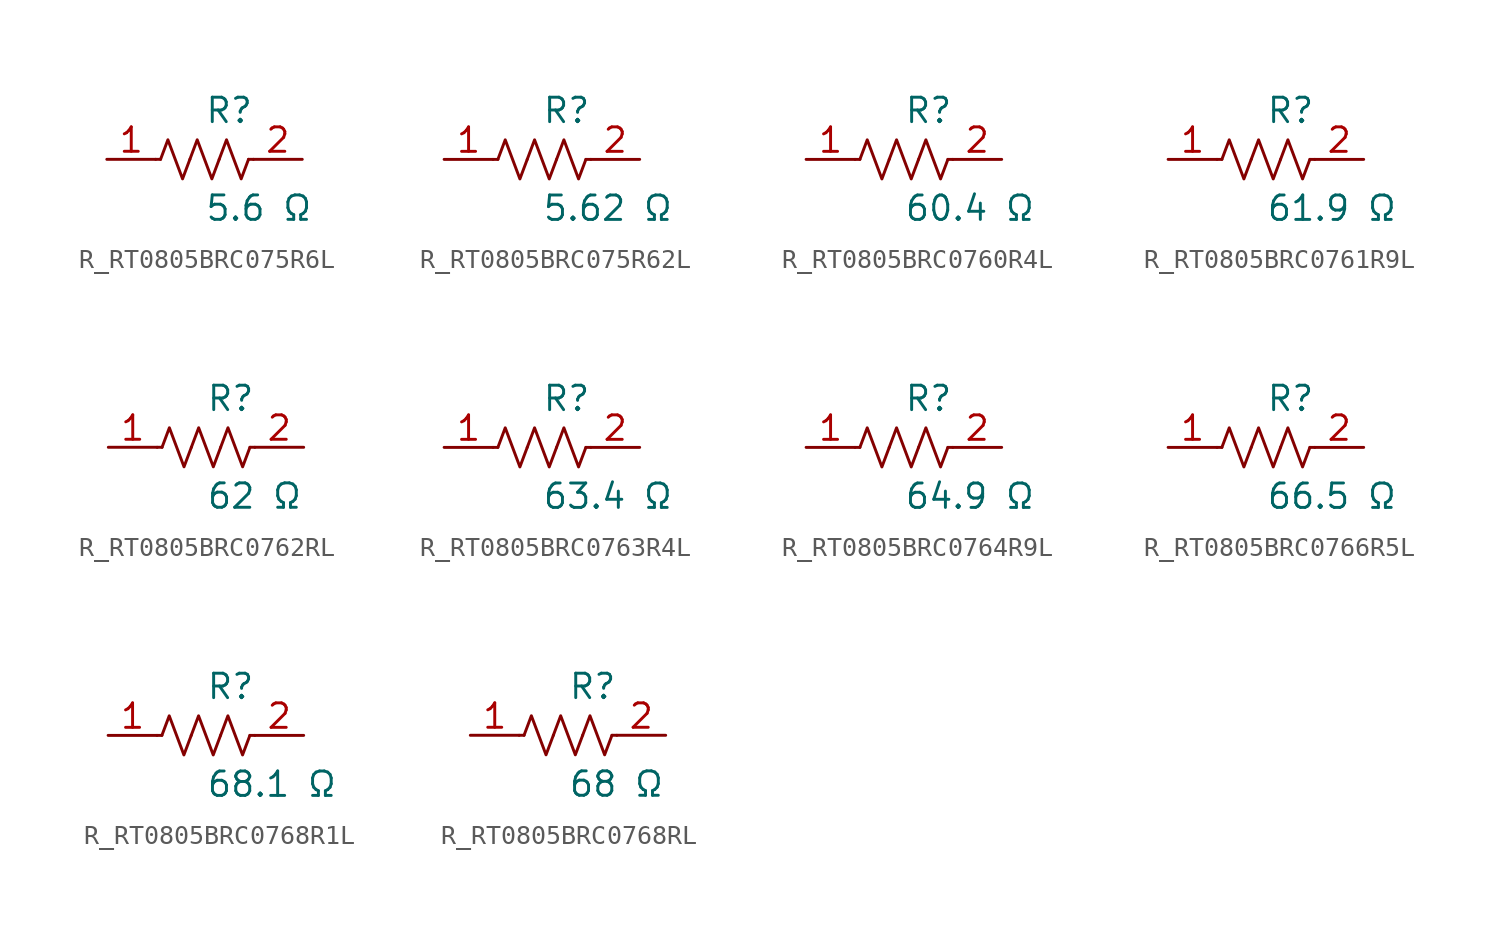
<source format=kicad_sym>
(kicad_symbol_lib
  (version 20231120)
  (generator kicad_symbol_editor)
  (generator_version 8.0)
  (symbol "R_RT0805BRC075R6L"
    (pin_names
      (offset 0.254))
    (property "Reference" "R"
      (at 0.0 2.54 0)
      (effects (font (size 1.27 1.27)) (justify left)))
    (property "Value" "5.6 Ω"
      (at 0.0 -2.54 0)
      (effects (font (size 1.27 1.27)) (justify left)))
    (symbol "R_RT0805BRC075R6L_0_1"
      (polyline (pts (xy 2.286 0) (xy 2.54 0)) (stroke (width 0) (type default)) (fill (type none)))
      (polyline (pts (xy -2.286 0) (xy -2.54 0)) (stroke (width 0) (type default)) (fill (type none)))
      (polyline (pts (xy 0.762 0) (xy 1.143 1.016) (xy 1.524 0) (xy 1.905 -1.016) (xy 2.286 0)) (stroke (width 0) (type default)) (fill (type none)))
      (polyline (pts (xy -0.762 0) (xy -0.381 1.016) (xy 0 0) (xy 0.381 -1.016) (xy 0.762 0)) (stroke (width 0) (type default)) (fill (type none)))
      (polyline (pts (xy -2.286 0) (xy -1.905 1.016) (xy -1.524 0) (xy -1.143 -1.016) (xy -0.762 0)) (stroke (width 0) (type default)) (fill (type none))))
    (pin unspecified line
      (at -5.08 0 0)
      (length 2.54)
      (name "" (effects (font (size 1.27 1.27))))
      (number "1" (effects (font (size 1.27 1.27)))))
    (pin unspecified line
      (at 5.08 0 180)
      (length 2.54)
      (name "" (effects (font (size 1.27 1.27))))
      (number "2" (effects (font (size 1.27 1.27))))))
  (symbol "R_RT0805BRC075R62L"
    (pin_names
      (offset 0.254))
    (property "Reference" "R"
      (at 0.0 2.54 0)
      (effects (font (size 1.27 1.27)) (justify left)))
    (property "Value" "5.62 Ω"
      (at 0.0 -2.54 0)
      (effects (font (size 1.27 1.27)) (justify left)))
    (symbol "R_RT0805BRC075R62L_0_1"
      (polyline (pts (xy 2.286 0) (xy 2.54 0)) (stroke (width 0) (type default)) (fill (type none)))
      (polyline (pts (xy -2.286 0) (xy -2.54 0)) (stroke (width 0) (type default)) (fill (type none)))
      (polyline (pts (xy 0.762 0) (xy 1.143 1.016) (xy 1.524 0) (xy 1.905 -1.016) (xy 2.286 0)) (stroke (width 0) (type default)) (fill (type none)))
      (polyline (pts (xy -0.762 0) (xy -0.381 1.016) (xy 0 0) (xy 0.381 -1.016) (xy 0.762 0)) (stroke (width 0) (type default)) (fill (type none)))
      (polyline (pts (xy -2.286 0) (xy -1.905 1.016) (xy -1.524 0) (xy -1.143 -1.016) (xy -0.762 0)) (stroke (width 0) (type default)) (fill (type none))))
    (pin unspecified line
      (at -5.08 0 0)
      (length 2.54)
      (name "" (effects (font (size 1.27 1.27))))
      (number "1" (effects (font (size 1.27 1.27)))))
    (pin unspecified line
      (at 5.08 0 180)
      (length 2.54)
      (name "" (effects (font (size 1.27 1.27))))
      (number "2" (effects (font (size 1.27 1.27))))))
  (symbol "R_RT0805BRC0760R4L"
    (pin_names
      (offset 0.254))
    (property "Reference" "R"
      (at 0.0 2.54 0)
      (effects (font (size 1.27 1.27)) (justify left)))
    (property "Value" "60.4 Ω"
      (at 0.0 -2.54 0)
      (effects (font (size 1.27 1.27)) (justify left)))
    (symbol "R_RT0805BRC0760R4L_0_1"
      (polyline (pts (xy 2.286 0) (xy 2.54 0)) (stroke (width 0) (type default)) (fill (type none)))
      (polyline (pts (xy -2.286 0) (xy -2.54 0)) (stroke (width 0) (type default)) (fill (type none)))
      (polyline (pts (xy 0.762 0) (xy 1.143 1.016) (xy 1.524 0) (xy 1.905 -1.016) (xy 2.286 0)) (stroke (width 0) (type default)) (fill (type none)))
      (polyline (pts (xy -0.762 0) (xy -0.381 1.016) (xy 0 0) (xy 0.381 -1.016) (xy 0.762 0)) (stroke (width 0) (type default)) (fill (type none)))
      (polyline (pts (xy -2.286 0) (xy -1.905 1.016) (xy -1.524 0) (xy -1.143 -1.016) (xy -0.762 0)) (stroke (width 0) (type default)) (fill (type none))))
    (pin unspecified line
      (at -5.08 0 0)
      (length 2.54)
      (name "" (effects (font (size 1.27 1.27))))
      (number "1" (effects (font (size 1.27 1.27)))))
    (pin unspecified line
      (at 5.08 0 180)
      (length 2.54)
      (name "" (effects (font (size 1.27 1.27))))
      (number "2" (effects (font (size 1.27 1.27))))))
  (symbol "R_RT0805BRC0761R9L"
    (pin_names
      (offset 0.254))
    (property "Reference" "R"
      (at 0.0 2.54 0)
      (effects (font (size 1.27 1.27)) (justify left)))
    (property "Value" "61.9 Ω"
      (at 0.0 -2.54 0)
      (effects (font (size 1.27 1.27)) (justify left)))
    (symbol "R_RT0805BRC0761R9L_0_1"
      (polyline (pts (xy 2.286 0) (xy 2.54 0)) (stroke (width 0) (type default)) (fill (type none)))
      (polyline (pts (xy -2.286 0) (xy -2.54 0)) (stroke (width 0) (type default)) (fill (type none)))
      (polyline (pts (xy 0.762 0) (xy 1.143 1.016) (xy 1.524 0) (xy 1.905 -1.016) (xy 2.286 0)) (stroke (width 0) (type default)) (fill (type none)))
      (polyline (pts (xy -0.762 0) (xy -0.381 1.016) (xy 0 0) (xy 0.381 -1.016) (xy 0.762 0)) (stroke (width 0) (type default)) (fill (type none)))
      (polyline (pts (xy -2.286 0) (xy -1.905 1.016) (xy -1.524 0) (xy -1.143 -1.016) (xy -0.762 0)) (stroke (width 0) (type default)) (fill (type none))))
    (pin unspecified line
      (at -5.08 0 0)
      (length 2.54)
      (name "" (effects (font (size 1.27 1.27))))
      (number "1" (effects (font (size 1.27 1.27)))))
    (pin unspecified line
      (at 5.08 0 180)
      (length 2.54)
      (name "" (effects (font (size 1.27 1.27))))
      (number "2" (effects (font (size 1.27 1.27))))))
  (symbol "R_RT0805BRC0762RL"
    (pin_names
      (offset 0.254))
    (property "Reference" "R"
      (at 0.0 2.54 0)
      (effects (font (size 1.27 1.27)) (justify left)))
    (property "Value" "62 Ω"
      (at 0.0 -2.54 0)
      (effects (font (size 1.27 1.27)) (justify left)))
    (symbol "R_RT0805BRC0762RL_0_1"
      (polyline (pts (xy 2.286 0) (xy 2.54 0)) (stroke (width 0) (type default)) (fill (type none)))
      (polyline (pts (xy -2.286 0) (xy -2.54 0)) (stroke (width 0) (type default)) (fill (type none)))
      (polyline (pts (xy 0.762 0) (xy 1.143 1.016) (xy 1.524 0) (xy 1.905 -1.016) (xy 2.286 0)) (stroke (width 0) (type default)) (fill (type none)))
      (polyline (pts (xy -0.762 0) (xy -0.381 1.016) (xy 0 0) (xy 0.381 -1.016) (xy 0.762 0)) (stroke (width 0) (type default)) (fill (type none)))
      (polyline (pts (xy -2.286 0) (xy -1.905 1.016) (xy -1.524 0) (xy -1.143 -1.016) (xy -0.762 0)) (stroke (width 0) (type default)) (fill (type none))))
    (pin unspecified line
      (at -5.08 0 0)
      (length 2.54)
      (name "" (effects (font (size 1.27 1.27))))
      (number "1" (effects (font (size 1.27 1.27)))))
    (pin unspecified line
      (at 5.08 0 180)
      (length 2.54)
      (name "" (effects (font (size 1.27 1.27))))
      (number "2" (effects (font (size 1.27 1.27))))))
  (symbol "R_RT0805BRC0763R4L"
    (pin_names
      (offset 0.254))
    (property "Reference" "R"
      (at 0.0 2.54 0)
      (effects (font (size 1.27 1.27)) (justify left)))
    (property "Value" "63.4 Ω"
      (at 0.0 -2.54 0)
      (effects (font (size 1.27 1.27)) (justify left)))
    (symbol "R_RT0805BRC0763R4L_0_1"
      (polyline (pts (xy 2.286 0) (xy 2.54 0)) (stroke (width 0) (type default)) (fill (type none)))
      (polyline (pts (xy -2.286 0) (xy -2.54 0)) (stroke (width 0) (type default)) (fill (type none)))
      (polyline (pts (xy 0.762 0) (xy 1.143 1.016) (xy 1.524 0) (xy 1.905 -1.016) (xy 2.286 0)) (stroke (width 0) (type default)) (fill (type none)))
      (polyline (pts (xy -0.762 0) (xy -0.381 1.016) (xy 0 0) (xy 0.381 -1.016) (xy 0.762 0)) (stroke (width 0) (type default)) (fill (type none)))
      (polyline (pts (xy -2.286 0) (xy -1.905 1.016) (xy -1.524 0) (xy -1.143 -1.016) (xy -0.762 0)) (stroke (width 0) (type default)) (fill (type none))))
    (pin unspecified line
      (at -5.08 0 0)
      (length 2.54)
      (name "" (effects (font (size 1.27 1.27))))
      (number "1" (effects (font (size 1.27 1.27)))))
    (pin unspecified line
      (at 5.08 0 180)
      (length 2.54)
      (name "" (effects (font (size 1.27 1.27))))
      (number "2" (effects (font (size 1.27 1.27))))))
  (symbol "R_RT0805BRC0764R9L"
    (pin_names
      (offset 0.254))
    (property "Reference" "R"
      (at 0.0 2.54 0)
      (effects (font (size 1.27 1.27)) (justify left)))
    (property "Value" "64.9 Ω"
      (at 0.0 -2.54 0)
      (effects (font (size 1.27 1.27)) (justify left)))
    (symbol "R_RT0805BRC0764R9L_0_1"
      (polyline (pts (xy 2.286 0) (xy 2.54 0)) (stroke (width 0) (type default)) (fill (type none)))
      (polyline (pts (xy -2.286 0) (xy -2.54 0)) (stroke (width 0) (type default)) (fill (type none)))
      (polyline (pts (xy 0.762 0) (xy 1.143 1.016) (xy 1.524 0) (xy 1.905 -1.016) (xy 2.286 0)) (stroke (width 0) (type default)) (fill (type none)))
      (polyline (pts (xy -0.762 0) (xy -0.381 1.016) (xy 0 0) (xy 0.381 -1.016) (xy 0.762 0)) (stroke (width 0) (type default)) (fill (type none)))
      (polyline (pts (xy -2.286 0) (xy -1.905 1.016) (xy -1.524 0) (xy -1.143 -1.016) (xy -0.762 0)) (stroke (width 0) (type default)) (fill (type none))))
    (pin unspecified line
      (at -5.08 0 0)
      (length 2.54)
      (name "" (effects (font (size 1.27 1.27))))
      (number "1" (effects (font (size 1.27 1.27)))))
    (pin unspecified line
      (at 5.08 0 180)
      (length 2.54)
      (name "" (effects (font (size 1.27 1.27))))
      (number "2" (effects (font (size 1.27 1.27))))))
  (symbol "R_RT0805BRC0766R5L"
    (pin_names
      (offset 0.254))
    (property "Reference" "R"
      (at 0.0 2.54 0)
      (effects (font (size 1.27 1.27)) (justify left)))
    (property "Value" "66.5 Ω"
      (at 0.0 -2.54 0)
      (effects (font (size 1.27 1.27)) (justify left)))
    (symbol "R_RT0805BRC0766R5L_0_1"
      (polyline (pts (xy 2.286 0) (xy 2.54 0)) (stroke (width 0) (type default)) (fill (type none)))
      (polyline (pts (xy -2.286 0) (xy -2.54 0)) (stroke (width 0) (type default)) (fill (type none)))
      (polyline (pts (xy 0.762 0) (xy 1.143 1.016) (xy 1.524 0) (xy 1.905 -1.016) (xy 2.286 0)) (stroke (width 0) (type default)) (fill (type none)))
      (polyline (pts (xy -0.762 0) (xy -0.381 1.016) (xy 0 0) (xy 0.381 -1.016) (xy 0.762 0)) (stroke (width 0) (type default)) (fill (type none)))
      (polyline (pts (xy -2.286 0) (xy -1.905 1.016) (xy -1.524 0) (xy -1.143 -1.016) (xy -0.762 0)) (stroke (width 0) (type default)) (fill (type none))))
    (pin unspecified line
      (at -5.08 0 0)
      (length 2.54)
      (name "" (effects (font (size 1.27 1.27))))
      (number "1" (effects (font (size 1.27 1.27)))))
    (pin unspecified line
      (at 5.08 0 180)
      (length 2.54)
      (name "" (effects (font (size 1.27 1.27))))
      (number "2" (effects (font (size 1.27 1.27))))))
  (symbol "R_RT0805BRC0768R1L"
    (pin_names
      (offset 0.254))
    (property "Reference" "R"
      (at 0.0 2.54 0)
      (effects (font (size 1.27 1.27)) (justify left)))
    (property "Value" "68.1 Ω"
      (at 0.0 -2.54 0)
      (effects (font (size 1.27 1.27)) (justify left)))
    (symbol "R_RT0805BRC0768R1L_0_1"
      (polyline (pts (xy 2.286 0) (xy 2.54 0)) (stroke (width 0) (type default)) (fill (type none)))
      (polyline (pts (xy -2.286 0) (xy -2.54 0)) (stroke (width 0) (type default)) (fill (type none)))
      (polyline (pts (xy 0.762 0) (xy 1.143 1.016) (xy 1.524 0) (xy 1.905 -1.016) (xy 2.286 0)) (stroke (width 0) (type default)) (fill (type none)))
      (polyline (pts (xy -0.762 0) (xy -0.381 1.016) (xy 0 0) (xy 0.381 -1.016) (xy 0.762 0)) (stroke (width 0) (type default)) (fill (type none)))
      (polyline (pts (xy -2.286 0) (xy -1.905 1.016) (xy -1.524 0) (xy -1.143 -1.016) (xy -0.762 0)) (stroke (width 0) (type default)) (fill (type none))))
    (pin unspecified line
      (at -5.08 0 0)
      (length 2.54)
      (name "" (effects (font (size 1.27 1.27))))
      (number "1" (effects (font (size 1.27 1.27)))))
    (pin unspecified line
      (at 5.08 0 180)
      (length 2.54)
      (name "" (effects (font (size 1.27 1.27))))
      (number "2" (effects (font (size 1.27 1.27))))))
  (symbol "R_RT0805BRC0768RL"
    (pin_names
      (offset 0.254))
    (property "Reference" "R"
      (at 0.0 2.54 0)
      (effects (font (size 1.27 1.27)) (justify left)))
    (property "Value" "68 Ω"
      (at 0.0 -2.54 0)
      (effects (font (size 1.27 1.27)) (justify left)))
    (symbol "R_RT0805BRC0768RL_0_1"
      (polyline (pts (xy 2.286 0) (xy 2.54 0)) (stroke (width 0) (type default)) (fill (type none)))
      (polyline (pts (xy -2.286 0) (xy -2.54 0)) (stroke (width 0) (type default)) (fill (type none)))
      (polyline (pts (xy 0.762 0) (xy 1.143 1.016) (xy 1.524 0) (xy 1.905 -1.016) (xy 2.286 0)) (stroke (width 0) (type default)) (fill (type none)))
      (polyline (pts (xy -0.762 0) (xy -0.381 1.016) (xy 0 0) (xy 0.381 -1.016) (xy 0.762 0)) (stroke (width 0) (type default)) (fill (type none)))
      (polyline (pts (xy -2.286 0) (xy -1.905 1.016) (xy -1.524 0) (xy -1.143 -1.016) (xy -0.762 0)) (stroke (width 0) (type default)) (fill (type none))))
    (pin unspecified line
      (at -5.08 0 0)
      (length 2.54)
      (name "" (effects (font (size 1.27 1.27))))
      (number "1" (effects (font (size 1.27 1.27)))))
    (pin unspecified line
      (at 5.08 0 180)
      (length 2.54)
      (name "" (effects (font (size 1.27 1.27))))
      (number "2" (effects (font (size 1.27 1.27)))))))
</source>
